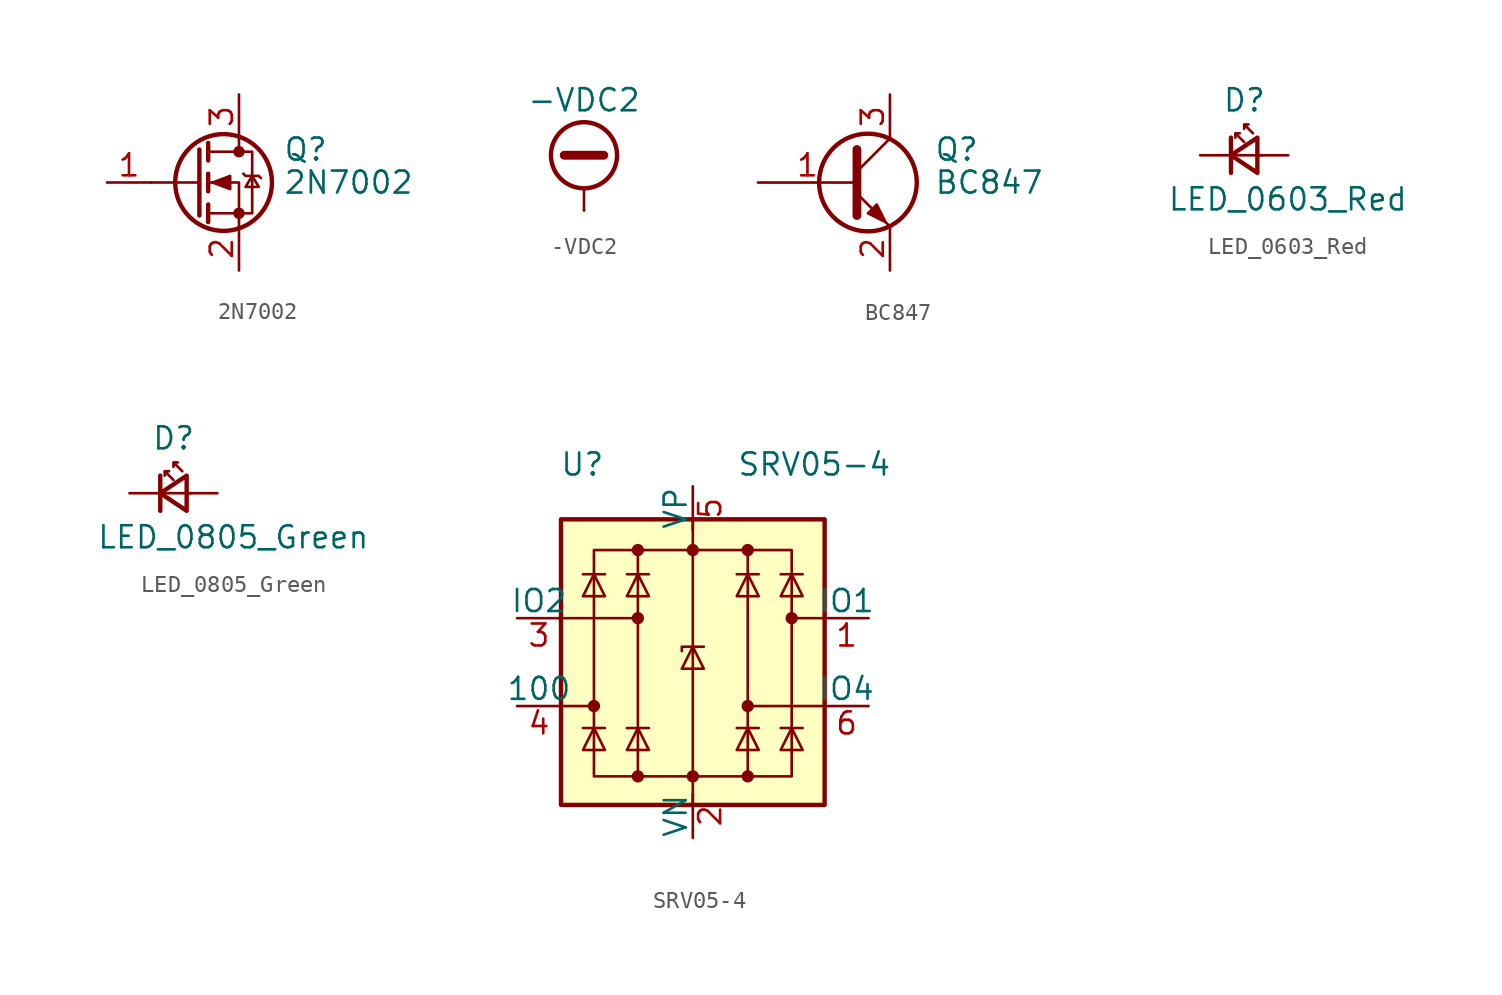
<source format=kicad_sym>
(kicad_symbol_lib
  (version 20241209)
  (generator "kicad_symbol_editor")
  (generator_version "9.0")
  (symbol "2N7002"
    (pin_names
      (hide yes))
    (property "Reference" "Q"
      (at 5.08 1.905 0)
      (effects (font (size 1.27 1.27)) (justify left)))
    (property "Value" "2N7002"
      (at 5.08 0 0)
      (effects (font (size 1.27 1.27)) (justify left)))
    (symbol "2N7002_0_1"
      (polyline (pts (xy 0.254 1.905) (xy 0.254 -1.905)) (stroke (width 0.254) (type default)) (fill (type none)))
      (polyline (pts (xy 0.254 0) (xy -2.54 0)) (stroke (width 0) (type default)) (fill (type none)))
      (polyline (pts (xy 0.762 2.286) (xy 0.762 1.27)) (stroke (width 0.254) (type default)) (fill (type none)))
      (polyline (pts (xy 0.762 0.508) (xy 0.762 -0.508)) (stroke (width 0.254) (type default)) (fill (type none)))
      (polyline (pts (xy 0.762 -1.27) (xy 0.762 -2.286)) (stroke (width 0.254) (type default)) (fill (type none)))
      (polyline (pts (xy 0.762 -1.778) (xy 3.302 -1.778) (xy 3.302 1.778) (xy 0.762 1.778)) (stroke (width 0) (type default)) (fill (type none)))
      (polyline (pts (xy 1.016 0) (xy 2.032 0.381) (xy 2.032 -0.381) (xy 1.016 0)) (stroke (width 0) (type default)) (fill (type outline)))
      (circle (center 1.651 0) (radius 2.794) (stroke (width 0.254) (type default)) (fill (type none)))
      (polyline (pts (xy 2.54 2.54) (xy 2.54 1.778)) (stroke (width 0) (type default)) (fill (type none)))
      (circle (center 2.54 1.778) (radius 0.254) (stroke (width 0) (type default)) (fill (type outline)))
      (circle (center 2.54 -1.778) (radius 0.254) (stroke (width 0) (type default)) (fill (type outline)))
      (polyline (pts (xy 2.54 -2.54) (xy 2.54 0) (xy 0.762 0)) (stroke (width 0) (type default)) (fill (type none)))
      (polyline (pts (xy 2.794 0.508) (xy 2.921 0.381) (xy 3.683 0.381) (xy 3.81 0.254)) (stroke (width 0) (type default)) (fill (type none)))
      (polyline (pts (xy 3.302 0.381) (xy 2.921 -0.254) (xy 3.683 -0.254) (xy 3.302 0.381)) (stroke (width 0) (type default)) (fill (type none))))
    (symbol "2N7002_1_1"
      (pin input line (at -5.08 0 0) (length 2.54) (name "G" (effects (font (size 1.27 1.27)))) (number "1" (effects (font (size 1.27 1.27)))))
      (pin passive line (at 2.54 5.08 270) (length 2.54) (name "D" (effects (font (size 1.27 1.27)))) (number "3" (effects (font (size 1.27 1.27)))))
      (pin passive line (at 2.54 -5.08 90) (length 2.54) (name "S" (effects (font (size 1.27 1.27)))) (number "2" (effects (font (size 1.27 1.27)))))))
  (symbol "-VDC2"
    (power)
    (pin_numbers
      (hide yes))
    (pin_names
      (offset 0)
      (hide yes))
    (property "Reference" "#PWR"
      (at 0 -2.54 0)
      (effects (font (size 1.27 1.27)) (hide yes)))
    (property "Value" "-VDC2"
      (at 0 6.35 0)
      (effects (font (size 1.27 1.27))))
    (symbol "-VDC2_0_1"
      (polyline (pts (xy -1.143 3.175) (xy 1.143 3.175)) (stroke (width 0.508) (type default)) (fill (type none)))
      (circle (center 0 3.175) (radius 1.905) (stroke (width 0.254) (type default)) (fill (type none)))
      (polyline (pts (xy 0 0) (xy 0 1.27)) (stroke (width 0) (type default)) (fill (type none))))
    (symbol "-VDC2_1_1"
      (pin power_in line (at 0 0 90) (length 0) (name "~" (effects (font (size 1.27 1.27)))) (number "1" (effects (font (size 1.27 1.27)))))))
  (symbol "BC847"
    (pin_names
      (offset 0)
      (hide yes))
    (property "Reference" "Q"
      (at 5.08 1.905 0)
      (effects (font (size 1.27 1.27)) (justify left)))
    (property "Value" "BC847"
      (at 5.08 0 0)
      (effects (font (size 1.27 1.27)) (justify left)))
    (symbol "BC847_0_1"
      (polyline (pts (xy 0.635 1.905) (xy 0.635 -1.905) (xy 0.635 -1.905)) (stroke (width 0.508) (type default)) (fill (type none)))
      (polyline (pts (xy 0.635 0.635) (xy 2.54 2.54)) (stroke (width 0) (type default)) (fill (type none)))
      (polyline (pts (xy 0.635 -0.635) (xy 2.54 -2.54) (xy 2.54 -2.54)) (stroke (width 0) (type default)) (fill (type none)))
      (circle (center 1.27 0) (radius 2.819) (stroke (width 0.254) (type default)) (fill (type none)))
      (polyline (pts (xy 1.27 -1.778) (xy 1.778 -1.27) (xy 2.286 -2.286) (xy 1.27 -1.778) (xy 1.27 -1.778)) (stroke (width 0) (type default)) (fill (type outline))))
    (symbol "BC847_1_1"
      (pin input line (at -5.08 0 0) (length 5.715) (name "B" (effects (font (size 1.27 1.27)))) (number "1" (effects (font (size 1.27 1.27)))))
      (pin passive line (at 2.54 5.08 270) (length 2.54) (name "C" (effects (font (size 1.27 1.27)))) (number "3" (effects (font (size 1.27 1.27)))))
      (pin passive line (at 2.54 -5.08 90) (length 2.54) (name "E" (effects (font (size 1.27 1.27)))) (number "2" (effects (font (size 1.27 1.27)))))))
  (symbol "LED_0603_Red"
    (pin_numbers
      (hide yes))
    (pin_names
      (offset 0.254)
      (hide yes))
    (property "Reference" "D"
      (at -1.27 3.175 0)
      (effects (font (size 1.27 1.27)) (justify left)))
    (property "Value" "LED_0603_Red"
      (at -4.445 -2.54 0)
      (effects (font (size 1.27 1.27)) (justify left)))
    (symbol "LED_0603_Red_0_1"
      (polyline (pts (xy -0.762 -1.016) (xy -0.762 1.016)) (stroke (width 0.254) (type default)) (fill (type none)))
      (polyline (pts (xy 0 0.762) (xy -0.508 1.27) (xy -0.254 1.27) (xy -0.508 1.27) (xy -0.508 1.016)) (stroke (width 0) (type default)) (fill (type none)))
      (polyline (pts (xy 0.508 1.27) (xy 0 1.778) (xy 0.254 1.778) (xy 0 1.778) (xy 0 1.524)) (stroke (width 0) (type default)) (fill (type none)))
      (polyline (pts (xy 0.762 -1.016) (xy -0.762 0) (xy 0.762 1.016) (xy 0.762 -1.016)) (stroke (width 0.254) (type default)) (fill (type none)))
      (polyline (pts (xy 1.016 0) (xy -0.762 0)) (stroke (width 0) (type default)) (fill (type none))))
    (symbol "LED_0603_Red_1_1"
      (pin passive line (at -2.54 0 0) (length 1.778) (name "K" (effects (font (size 1.27 1.27)))) (number "1" (effects (font (size 1.27 1.27)))))
      (pin passive line (at 2.54 0 180) (length 1.778) (name "A" (effects (font (size 1.27 1.27)))) (number "2" (effects (font (size 1.27 1.27)))))))
  (symbol "LED_0805_Green"
    (pin_numbers
      (hide yes))
    (pin_names
      (offset 0.254)
      (hide yes))
    (property "Reference" "D"
      (at -1.27 3.175 0)
      (effects (font (size 1.27 1.27)) (justify left)))
    (property "Value" "LED_0805_Green"
      (at -4.445 -2.54 0)
      (effects (font (size 1.27 1.27)) (justify left)))
    (symbol "LED_0805_Green_0_1"
      (polyline (pts (xy -0.762 -1.016) (xy -0.762 1.016)) (stroke (width 0.254) (type default)) (fill (type none)))
      (polyline (pts (xy 0 0.762) (xy -0.508 1.27) (xy -0.254 1.27) (xy -0.508 1.27) (xy -0.508 1.016)) (stroke (width 0) (type default)) (fill (type none)))
      (polyline (pts (xy 0.508 1.27) (xy 0 1.778) (xy 0.254 1.778) (xy 0 1.778) (xy 0 1.524)) (stroke (width 0) (type default)) (fill (type none)))
      (polyline (pts (xy 0.762 -1.016) (xy -0.762 0) (xy 0.762 1.016) (xy 0.762 -1.016)) (stroke (width 0.254) (type default)) (fill (type none)))
      (polyline (pts (xy 1.016 0) (xy -0.762 0)) (stroke (width 0) (type default)) (fill (type none))))
    (symbol "LED_0805_Green_1_1"
      (pin passive line (at -2.54 0 0) (length 1.778) (name "K" (effects (font (size 1.27 1.27)))) (number "1" (effects (font (size 1.27 1.27)))))
      (pin passive line (at 2.54 0 180) (length 1.778) (name "A" (effects (font (size 1.27 1.27)))) (number "2" (effects (font (size 1.27 1.27)))))))
  (symbol "SRV05-4"
    (pin_names
      (offset 0))
    (property "Reference" "U"
      (at -5.08 11.43 0)
      (effects (font (size 1.27 1.27)) (justify right)))
    (property "Value" "SRV05-4"
      (at 2.54 11.43 0)
      (effects (font (size 1.27 1.27)) (justify left)))
    (symbol "SRV05-4_0_0"
      (rectangle (start -5.715 6.477) (end 5.715 -6.604) (stroke (width 0) (type default)) (fill (type none)))
      (polyline (pts (xy -3.175 -6.604) (xy -3.175 6.477)) (stroke (width 0) (type default)) (fill (type none)))
      (polyline (pts (xy 3.175 6.477) (xy 3.175 -6.604)) (stroke (width 0) (type default)) (fill (type none))))
    (symbol "SRV05-4_0_1"
      (polyline (pts (xy -7.747 2.54) (xy -3.175 2.54)) (stroke (width 0) (type default)) (fill (type none)))
      (rectangle (start -7.62 8.255) (end 7.62 -8.255) (stroke (width 0.254) (type default)) (fill (type background)))
      (polyline (pts (xy -7.62 -2.54) (xy -5.715 -2.54)) (stroke (width 0) (type default)) (fill (type none)))
      (circle (center -5.715 -2.54) (radius 0.279) (stroke (width 0) (type default)) (fill (type outline)))
      (polyline (pts (xy -5.08 5.08) (xy -6.35 5.08)) (stroke (width 0) (type default)) (fill (type none)))
      (polyline (pts (xy -5.08 3.81) (xy -6.35 3.81) (xy -5.715 5.08) (xy -5.08 3.81)) (stroke (width 0) (type default)) (fill (type none)))
      (polyline (pts (xy -5.08 -3.81) (xy -6.35 -3.81)) (stroke (width 0) (type default)) (fill (type none)))
      (polyline (pts (xy -5.08 -5.08) (xy -6.35 -5.08) (xy -5.715 -3.81) (xy -5.08 -5.08)) (stroke (width 0) (type default)) (fill (type none)))
      (circle (center -3.175 6.477) (radius 0.279) (stroke (width 0) (type default)) (fill (type outline)))
      (circle (center -3.175 2.54) (radius 0.279) (stroke (width 0) (type default)) (fill (type outline)))
      (circle (center -3.175 -6.604) (radius 0.279) (stroke (width 0) (type default)) (fill (type outline)))
      (polyline (pts (xy -2.54 5.08) (xy -3.81 5.08)) (stroke (width 0) (type default)) (fill (type none)))
      (polyline (pts (xy -2.54 3.81) (xy -3.81 3.81) (xy -3.175 5.08) (xy -2.54 3.81)) (stroke (width 0) (type default)) (fill (type none)))
      (polyline (pts (xy -2.54 -3.81) (xy -3.81 -3.81)) (stroke (width 0) (type default)) (fill (type none)))
      (polyline (pts (xy -2.54 -5.08) (xy -3.81 -5.08) (xy -3.175 -3.81) (xy -2.54 -5.08)) (stroke (width 0) (type default)) (fill (type none)))
      (polyline (pts (xy 0 8.255) (xy 0 -8.255)) (stroke (width 0) (type default)) (fill (type none)))
      (circle (center 0 6.477) (radius 0.279) (stroke (width 0) (type default)) (fill (type outline)))
      (circle (center 0 -6.604) (radius 0.279) (stroke (width 0) (type default)) (fill (type outline)))
      (polyline (pts (xy 0.635 0.889) (xy -0.635 0.889) (xy -0.635 0.635)) (stroke (width 0) (type default)) (fill (type none)))
      (polyline (pts (xy 0.635 -0.381) (xy -0.635 -0.381) (xy 0 0.889) (xy 0.635 -0.381)) (stroke (width 0) (type default)) (fill (type none)))
      (circle (center 3.175 6.477) (radius 0.279) (stroke (width 0) (type default)) (fill (type outline)))
      (circle (center 3.175 -2.54) (radius 0.279) (stroke (width 0) (type default)) (fill (type outline)))
      (circle (center 3.175 -6.604) (radius 0.279) (stroke (width 0) (type default)) (fill (type outline)))
      (polyline (pts (xy 3.81 5.08) (xy 2.54 5.08)) (stroke (width 0) (type default)) (fill (type none)))
      (polyline (pts (xy 3.81 3.81) (xy 2.54 3.81) (xy 3.175 5.08) (xy 3.81 3.81)) (stroke (width 0) (type default)) (fill (type none)))
      (polyline (pts (xy 3.81 -3.81) (xy 2.54 -3.81)) (stroke (width 0) (type default)) (fill (type none)))
      (polyline (pts (xy 3.81 -5.08) (xy 2.54 -5.08) (xy 3.175 -3.81) (xy 3.81 -5.08)) (stroke (width 0) (type default)) (fill (type none)))
      (circle (center 5.715 2.54) (radius 0.279) (stroke (width 0) (type default)) (fill (type outline)))
      (polyline (pts (xy 6.35 5.08) (xy 5.08 5.08)) (stroke (width 0) (type default)) (fill (type none)))
      (polyline (pts (xy 6.35 3.81) (xy 5.08 3.81) (xy 5.715 5.08) (xy 6.35 3.81)) (stroke (width 0) (type default)) (fill (type none)))
      (polyline (pts (xy 6.35 -3.81) (xy 5.08 -3.81)) (stroke (width 0) (type default)) (fill (type none)))
      (polyline (pts (xy 6.35 -5.08) (xy 5.08 -5.08) (xy 5.715 -3.81) (xy 6.35 -5.08)) (stroke (width 0) (type default)) (fill (type none)))
      (polyline (pts (xy 7.62 2.54) (xy 5.715 2.54)) (stroke (width 0) (type default)) (fill (type none)))
      (polyline (pts (xy 7.62 -2.54) (xy 3.175 -2.54)) (stroke (width 0) (type default)) (fill (type none))))
    (symbol "SRV05-4_1_1"
      (pin passive line (at -10.16 2.54 0) (length 2.54) (name "IO2" (effects (font (size 1.27 1.27)))) (number "3" (effects (font (size 1.27 1.27)))))
      (pin passive line (at -10.16 -2.54 0) (length 2.54) (name "100" (effects (font (size 1.27 1.27)))) (number "4" (effects (font (size 1.27 1.27)))))
      (pin passive line (at 0 10.16 270) (length 2.54) (name "VP" (effects (font (size 1.27 1.27)))) (number "5" (effects (font (size 1.27 1.27)))))
      (pin passive line (at 0 -10.16 90) (length 2.54) (name "VN" (effects (font (size 1.27 1.27)))) (number "2" (effects (font (size 1.27 1.27)))))
      (pin passive line (at 10.16 2.54 180) (length 2.54) (name "IO1" (effects (font (size 1.27 1.27)))) (number "1" (effects (font (size 1.27 1.27)))))
      (pin passive line (at 10.16 -2.54 180) (length 2.54) (name "IO4" (effects (font (size 1.27 1.27)))) (number "6" (effects (font (size 1.27 1.27))))))))
</source>
